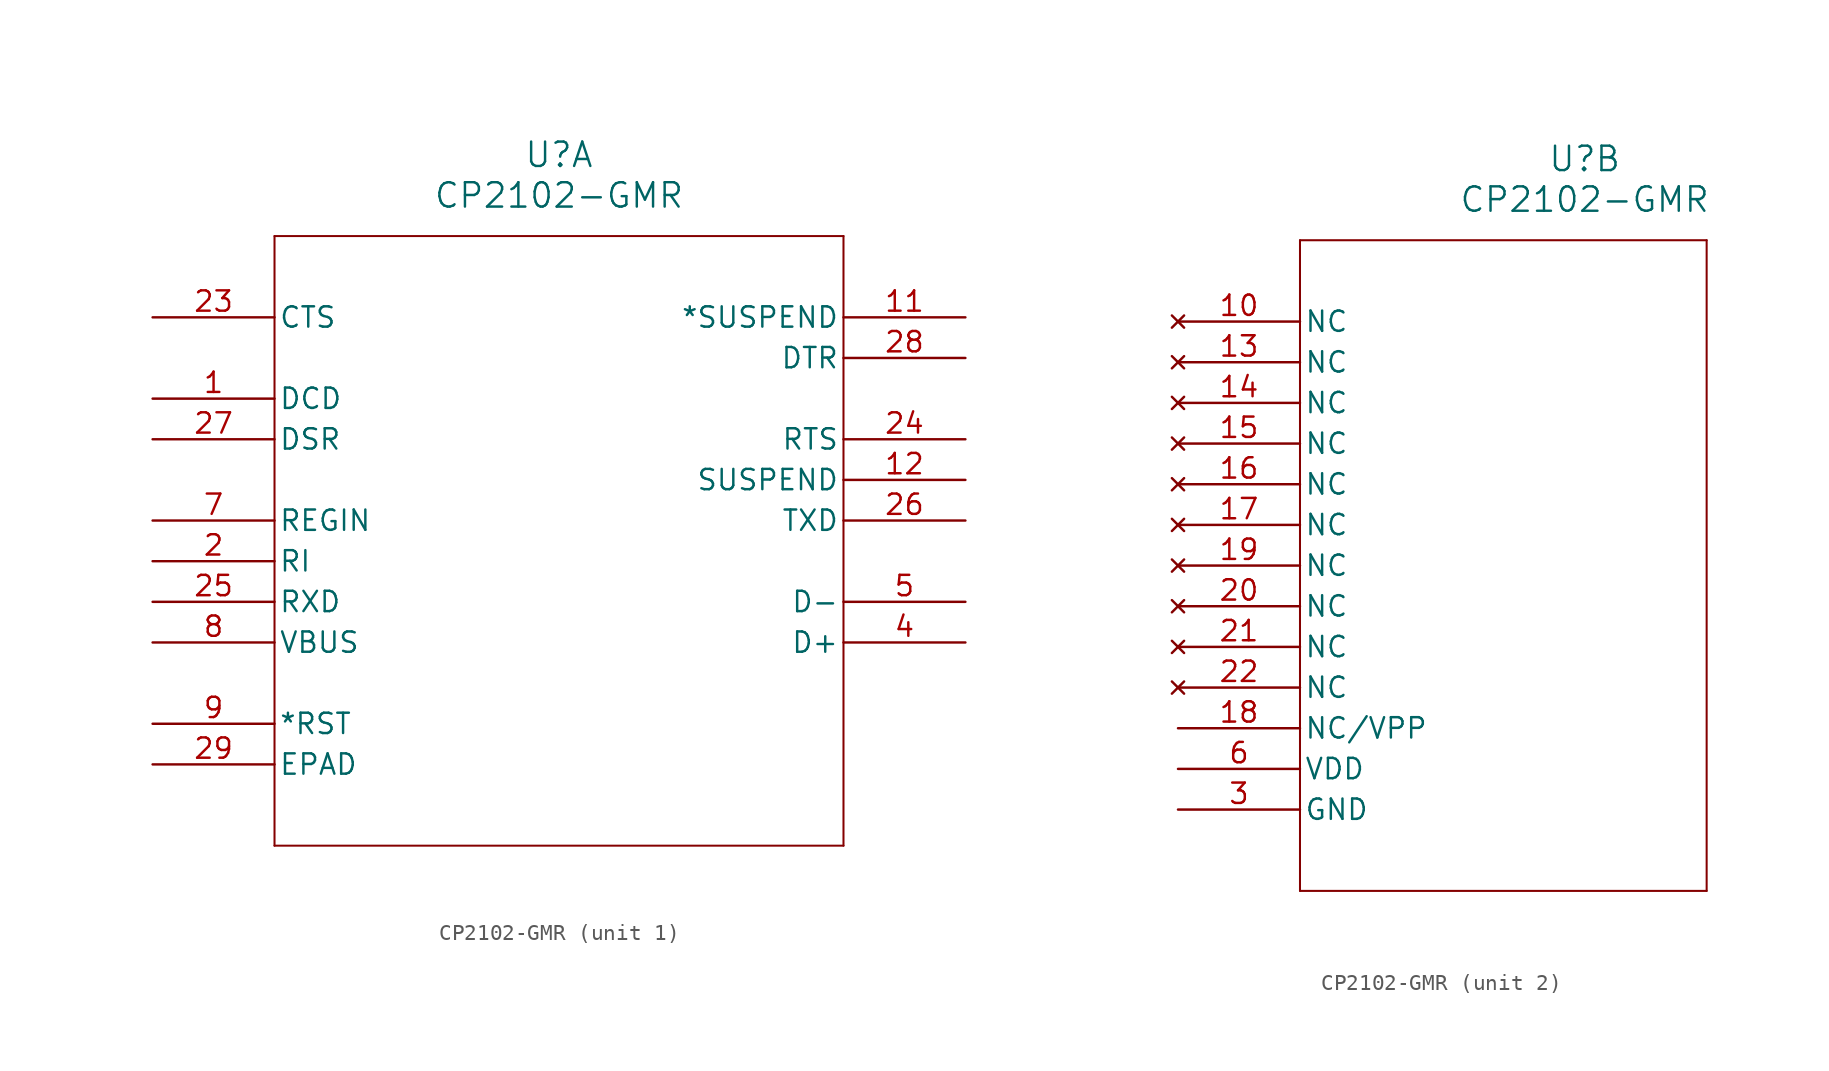
<source format=kicad_sym>
(kicad_symbol_lib
  (version 20211014)
  (generator kicad_symbol_editor)
  (symbol "CP2102-GMR"
    (pin_names
      (offset 0.254))
    (property "Reference" "U"
      (at 25.4 10.16 0)
      (effects (font (size 1.524 1.524))))
    (property "Value" "CP2102-GMR"
      (at 25.4 7.62 0)
      (effects (font (size 1.524 1.524))))
    (symbol "CP2102-GMR_1_1"
      (polyline (pts (xy 7.62 5.08) (xy 7.62 -33.02)) (stroke (width 0.127) (type default) (color 0 0 0 0)) (fill (type none)))
      (polyline (pts (xy 7.62 -33.02) (xy 43.18 -33.02)) (stroke (width 0.127) (type default) (color 0 0 0 0)) (fill (type none)))
      (polyline (pts (xy 43.18 -33.02) (xy 43.18 5.08)) (stroke (width 0.127) (type default) (color 0 0 0 0)) (fill (type none)))
      (polyline (pts (xy 43.18 5.08) (xy 7.62 5.08)) (stroke (width 0.127) (type default) (color 0 0 0 0)) (fill (type none)))
      (pin input line (at 0 -5.08 0) (length 7.62) (name "DCD" (effects (font (size 1.27 1.27)))) (number "1" (effects (font (size 1.27 1.27)))))
      (pin input line (at 0 -15.24 0) (length 7.62) (name "RI" (effects (font (size 1.27 1.27)))) (number "2" (effects (font (size 1.27 1.27)))))
      (pin bidirectional line (at 50.8 -20.32 180) (length 7.62) (name "D+" (effects (font (size 1.27 1.27)))) (number "4" (effects (font (size 1.27 1.27)))))
      (pin bidirectional line (at 50.8 -17.78 180) (length 7.62) (name "D-" (effects (font (size 1.27 1.27)))) (number "5" (effects (font (size 1.27 1.27)))))
      (pin input line (at 0 -12.7 0) (length 7.62) (name "REGIN" (effects (font (size 1.27 1.27)))) (number "7" (effects (font (size 1.27 1.27)))))
      (pin input line (at 0 -20.32 0) (length 7.62) (name "VBUS" (effects (font (size 1.27 1.27)))) (number "8" (effects (font (size 1.27 1.27)))))
      (pin bidirectional line (at 0 -25.4 0) (length 7.62) (name "*RST" (effects (font (size 1.27 1.27)))) (number "9" (effects (font (size 1.27 1.27)))))
      (pin output line (at 50.8 0 180) (length 7.62) (name "*SUSPEND" (effects (font (size 1.27 1.27)))) (number "11" (effects (font (size 1.27 1.27)))))
      (pin output line (at 50.8 -10.16 180) (length 7.62) (name "SUSPEND" (effects (font (size 1.27 1.27)))) (number "12" (effects (font (size 1.27 1.27)))))
      (pin input line (at 0 0 0) (length 7.62) (name "CTS" (effects (font (size 1.27 1.27)))) (number "23" (effects (font (size 1.27 1.27)))))
      (pin output line (at 50.8 -7.62 180) (length 7.62) (name "RTS" (effects (font (size 1.27 1.27)))) (number "24" (effects (font (size 1.27 1.27)))))
      (pin input line (at 0 -17.78 0) (length 7.62) (name "RXD" (effects (font (size 1.27 1.27)))) (number "25" (effects (font (size 1.27 1.27)))))
      (pin output line (at 50.8 -12.7 180) (length 7.62) (name "TXD" (effects (font (size 1.27 1.27)))) (number "26" (effects (font (size 1.27 1.27)))))
      (pin input line (at 0 -7.62 0) (length 7.62) (name "DSR" (effects (font (size 1.27 1.27)))) (number "27" (effects (font (size 1.27 1.27)))))
      (pin output line (at 50.8 -2.54 180) (length 7.62) (name "DTR" (effects (font (size 1.27 1.27)))) (number "28" (effects (font (size 1.27 1.27)))))
      (pin unspecified line (at 0 -27.94 0) (length 7.62) (name "EPAD" (effects (font (size 1.27 1.27)))) (number "29" (effects (font (size 1.27 1.27))))))
    (symbol "CP2102-GMR_2_1"
      (polyline (pts (xy 7.62 5.08) (xy 7.62 -35.56)) (stroke (width 0.127) (type default) (color 0 0 0 0)) (fill (type none)))
      (polyline (pts (xy 7.62 -35.56) (xy 33.02 -35.56)) (stroke (width 0.127) (type default) (color 0 0 0 0)) (fill (type none)))
      (polyline (pts (xy 33.02 -35.56) (xy 33.02 5.08)) (stroke (width 0.127) (type default) (color 0 0 0 0)) (fill (type none)))
      (polyline (pts (xy 33.02 5.08) (xy 7.62 5.08)) (stroke (width 0.127) (type default) (color 0 0 0 0)) (fill (type none)))
      (pin power_in line (at 0 -30.48 0) (length 7.62) (name "GND" (effects (font (size 1.27 1.27)))) (number "3" (effects (font (size 1.27 1.27)))))
      (pin power_in line (at 0 -27.94 0) (length 7.62) (name "VDD" (effects (font (size 1.27 1.27)))) (number "6" (effects (font (size 1.27 1.27)))))
      (pin no_connect line (at 0 0 0) (length 7.62) (name "NC" (effects (font (size 1.27 1.27)))) (number "10" (effects (font (size 1.27 1.27)))))
      (pin no_connect line (at 0 -2.54 0) (length 7.62) (name "NC" (effects (font (size 1.27 1.27)))) (number "13" (effects (font (size 1.27 1.27)))))
      (pin no_connect line (at 0 -5.08 0) (length 7.62) (name "NC" (effects (font (size 1.27 1.27)))) (number "14" (effects (font (size 1.27 1.27)))))
      (pin no_connect line (at 0 -7.62 0) (length 7.62) (name "NC" (effects (font (size 1.27 1.27)))) (number "15" (effects (font (size 1.27 1.27)))))
      (pin no_connect line (at 0 -10.16 0) (length 7.62) (name "NC" (effects (font (size 1.27 1.27)))) (number "16" (effects (font (size 1.27 1.27)))))
      (pin no_connect line (at 0 -12.7 0) (length 7.62) (name "NC" (effects (font (size 1.27 1.27)))) (number "17" (effects (font (size 1.27 1.27)))))
      (pin bidirectional line (at 0 -25.4 0) (length 7.62) (name "NC/VPP" (effects (font (size 1.27 1.27)))) (number "18" (effects (font (size 1.27 1.27)))))
      (pin no_connect line (at 0 -15.24 0) (length 7.62) (name "NC" (effects (font (size 1.27 1.27)))) (number "19" (effects (font (size 1.27 1.27)))))
      (pin no_connect line (at 0 -17.78 0) (length 7.62) (name "NC" (effects (font (size 1.27 1.27)))) (number "20" (effects (font (size 1.27 1.27)))))
      (pin no_connect line (at 0 -20.32 0) (length 7.62) (name "NC" (effects (font (size 1.27 1.27)))) (number "21" (effects (font (size 1.27 1.27)))))
      (pin no_connect line (at 0 -22.86 0) (length 7.62) (name "NC" (effects (font (size 1.27 1.27)))) (number "22" (effects (font (size 1.27 1.27))))))))
</source>
